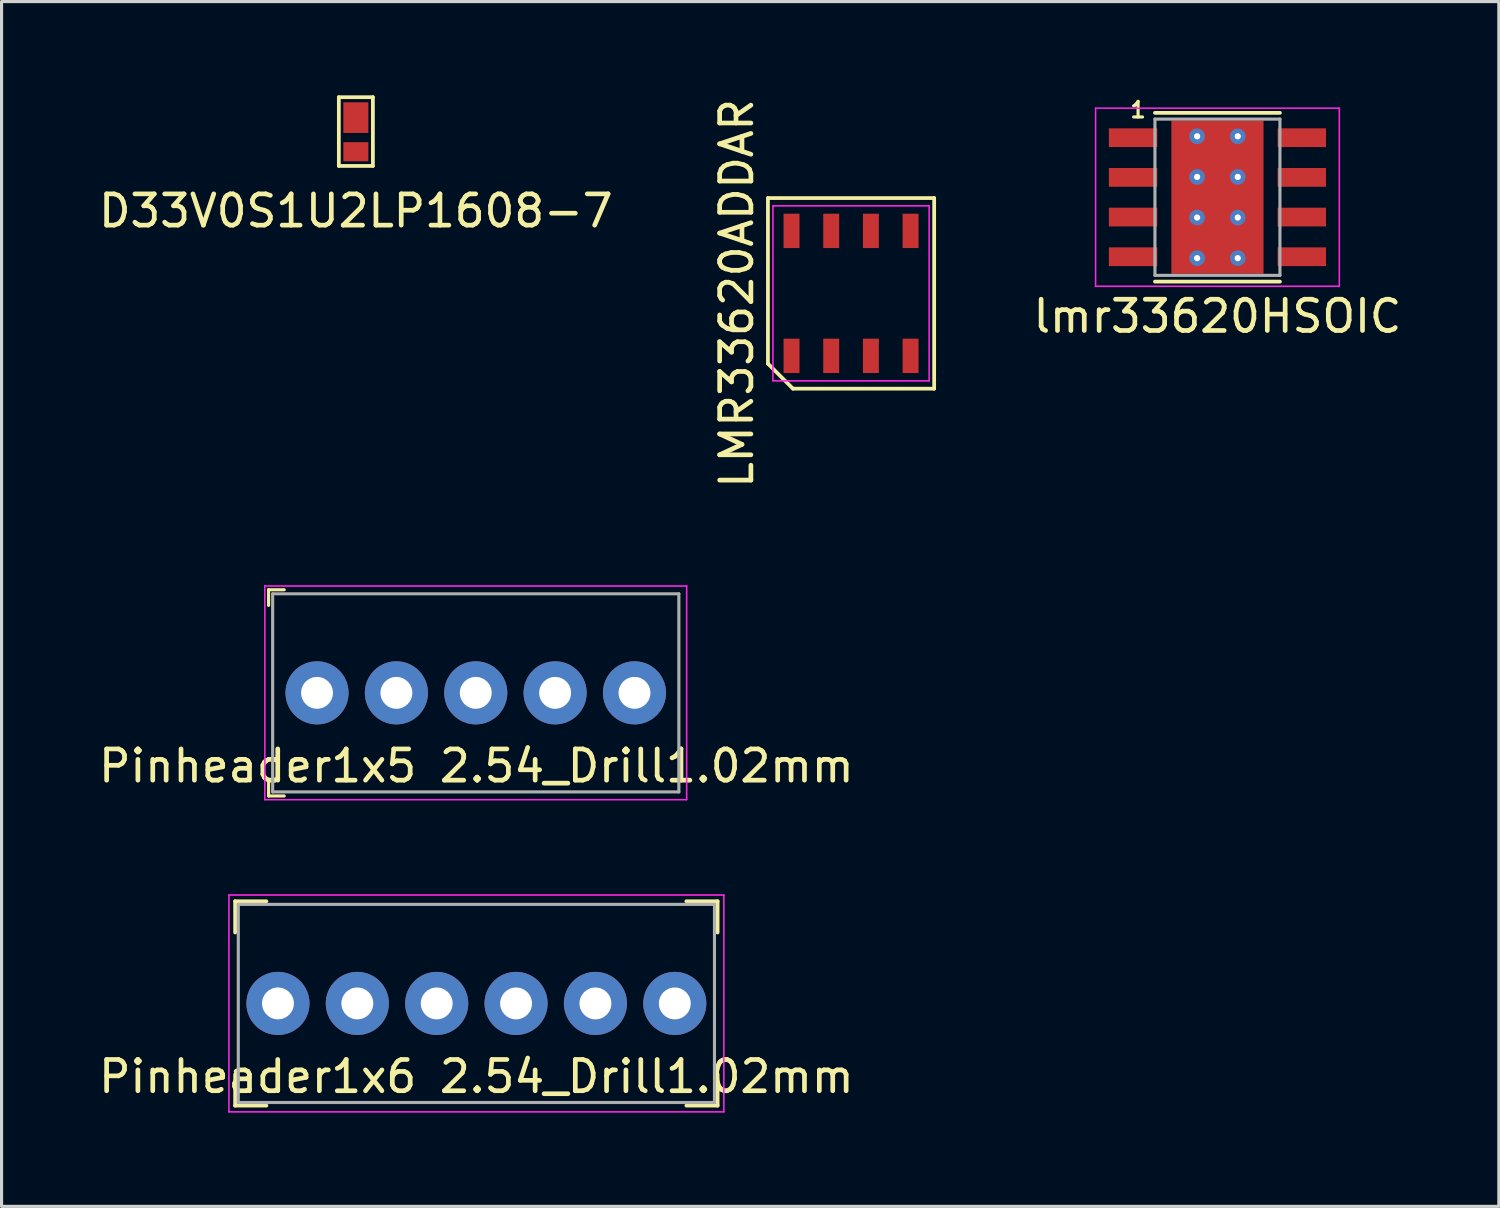
<source format=kicad_pcb>
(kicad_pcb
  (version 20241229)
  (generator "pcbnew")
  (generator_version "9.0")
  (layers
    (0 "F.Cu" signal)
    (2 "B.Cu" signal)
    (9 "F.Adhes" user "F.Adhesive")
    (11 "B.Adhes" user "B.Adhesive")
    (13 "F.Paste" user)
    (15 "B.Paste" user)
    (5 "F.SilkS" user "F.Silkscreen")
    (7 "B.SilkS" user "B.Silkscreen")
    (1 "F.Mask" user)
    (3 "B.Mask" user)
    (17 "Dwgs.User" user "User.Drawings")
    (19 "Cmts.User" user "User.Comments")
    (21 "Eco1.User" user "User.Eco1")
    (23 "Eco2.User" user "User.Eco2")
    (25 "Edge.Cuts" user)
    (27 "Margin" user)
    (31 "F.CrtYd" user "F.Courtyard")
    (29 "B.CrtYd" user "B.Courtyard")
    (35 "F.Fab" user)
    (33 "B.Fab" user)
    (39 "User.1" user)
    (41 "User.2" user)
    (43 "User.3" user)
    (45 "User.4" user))
  (footprint "D33V0S1U2LP1608-7"
    (layer "F.Cu")
    (at 8.339 1.16)
    (property "Reference" "D33V0S1U2LP1608-7" (at 0 2.54 0) (layer "F.SilkS") (effects (font (size 1 1) (thickness 0.15))))
    (attr through_hole)
    (fp_line (start -0.545 -1.1) (end -0.545 1.1) (stroke (width 0.12) (type solid)) (layer "F.SilkS"))
    (fp_line (start -0.545 -1.1) (end 0.545 -1.1) (stroke (width 0.12) (type solid)) (layer "F.SilkS"))
    (fp_line (start -0.545 1.1) (end 0.545 1.1) (stroke (width 0.12) (type solid)) (layer "F.SilkS"))
    (fp_line (start 0.545 -1.1) (end 0.545 1.1) (stroke (width 0.12) (type solid)) (layer "F.SilkS"))
    (pad "1" smd rect (at 0 0.645) (size 0.8 0.61) (layers "F.Cu" "F.Mask" "F.Paste"))
    (pad "2" smd rect (at 0 -0.445) (size 0.8 0.98) (layers "F.Cu" "F.Mask" "F.Paste")))
  (footprint "Pinheader1x5 2.54_Drill1.02mm"
    (layer "F.Cu")
    (at 12.176 19.124)
    (property "Reference" "Pinheader1x5 2.54_Drill1.02mm" (at 0.02 2.34 0) (layer "F.SilkS") (effects (font (size 1 1) (thickness 0.15))))
    (attr through_hole)
    (fp_line (start -6.63 -3.3) (end -6.63 -2.8) (stroke (width 0.1) (type solid)) (layer "F.SilkS"))
    (fp_line (start -6.63 -3.3) (end -6.13 -3.3) (stroke (width 0.1) (type solid)) (layer "F.SilkS"))
    (fp_line (start -6.63 3.3) (end -6.63 2.8) (stroke (width 0.1) (type solid)) (layer "F.SilkS"))
    (fp_line (start -6.63 3.3) (end -6.13 3.3) (stroke (width 0.1) (type solid)) (layer "F.SilkS"))
    (fp_line (start -6.75 -3.42) (end -6.75 3.42) (stroke (width 0.05) (type solid)) (layer "F.CrtYd"))
    (fp_line (start -6.75 -3.42) (end 6.75 -3.42) (stroke (width 0.05) (type solid)) (layer "F.CrtYd"))
    (fp_line (start -6.75 3.42) (end 6.75 3.42) (stroke (width 0.05) (type solid)) (layer "F.CrtYd"))
    (fp_line (start 6.75 -3.42) (end 6.75 3.42) (stroke (width 0.05) (type solid)) (layer "F.CrtYd"))
    (fp_line (start -6.5 -3.17) (end -6.5 3.17) (stroke (width 0.1) (type solid)) (layer "F.Fab"))
    (fp_line (start -6.5 -3.17) (end 6.5 -3.17) (stroke (width 0.1) (type solid)) (layer "F.Fab"))
    (fp_line (start -6.5 3.17) (end 6.5 3.17) (stroke (width 0.1) (type solid)) (layer "F.Fab"))
    (fp_line (start 6.5 -3.17) (end 6.5 3.17) (stroke (width 0.1) (type solid)) (layer "F.Fab"))
    (pad "1" thru_hole circle (at -5.08 0) (size 2.02 2.02) (drill 1.02) (layers "*.Cu" "*.Mask"))
    (pad "2" thru_hole circle (at -2.54 0) (size 2.02 2.02) (drill 1.02) (layers "*.Cu" "*.Mask"))
    (pad "3" thru_hole circle (at 0 0) (size 2.02 2.02) (drill 1.02) (layers "*.Cu" "*.Mask"))
    (pad "4" thru_hole circle (at 2.54 0) (size 2.02 2.02) (drill 1.02) (layers "*.Cu" "*.Mask"))
    (pad "5" thru_hole circle (at 5.08 0) (size 2.02 2.02) (drill 1.02) (layers "*.Cu" "*.Mask")))
  (footprint "lmr33620HSOIC"
    (layer "F.Cu")
    (at 35.913 3.262)
    (property "Reference" "lmr33620HSOIC" (at 0 3.81 0) (layer "F.SilkS") (effects (font (size 1 1) (thickness 0.15))))
    (attr through_hole)
    (fp_line (start -2 -2.7) (end 2 -2.7) (stroke (width 0.12) (type solid)) (layer "F.SilkS"))
    (fp_line (start -2 2.7) (end 2 2.7) (stroke (width 0.12) (type solid)) (layer "F.SilkS"))
    (fp_line (start -3.9 -2.85) (end -3.9 2.85) (stroke (width 0.05) (type solid)) (layer "F.CrtYd"))
    (fp_line (start -3.9 -2.85) (end 3.9 -2.85) (stroke (width 0.05) (type solid)) (layer "F.CrtYd"))
    (fp_line (start -3.9 2.85) (end 3.9 2.85) (stroke (width 0.05) (type solid)) (layer "F.CrtYd"))
    (fp_line (start 3.9 -2.85) (end 3.9 2.85) (stroke (width 0.05) (type solid)) (layer "F.CrtYd"))
    (fp_line (start -2 -2.5) (end -2 2.5) (stroke (width 0.1) (type solid)) (layer "F.Fab"))
    (fp_line (start -2 -2.5) (end 2 -2.5) (stroke (width 0.1) (type solid)) (layer "F.Fab"))
    (fp_line (start -2 2.5) (end 2 2.5) (stroke (width 0.1) (type solid)) (layer "F.Fab"))
    (fp_line (start 2 -2.5) (end 2 2.5) (stroke (width 0.1) (type solid)) (layer "F.Fab"))
    (fp_text user "1" (at -2.54 -2.794 0) (layer "F.SilkS") (effects (font (size 0.5 0.5) (thickness 0.1))))
    (pad "" smd roundrect (at -0.635 -0.762) (size 1.1 1.2) (layers "F.Cu" "F.Paste") (roundrect_rratio 0.25))
    (pad "" smd roundrect (at -0.635 0.762) (size 1.1 1.2) (layers "F.Cu" "F.Paste") (roundrect_rratio 0.25))
    (pad "" smd rect (at 0 0) (size 2.6 3.1) (layers "F.Cu" "F.Mask"))
    (pad "" smd roundrect (at 0.635 -0.762) (size 1.1 1.2) (layers "F.Cu" "F.Paste") (roundrect_rratio 0.25))
    (pad "" smd roundrect (at 0.635 0.762) (size 1.1 1.2) (layers "F.Cu" "F.Paste") (roundrect_rratio 0.25))
    (pad "1" smd rect (at -2.7 -1.905) (size 1.55 0.6) (layers "F.Cu" "F.Mask" "F.Paste"))
    (pad "2" smd rect (at -2.7 -0.635) (size 1.55 0.6) (layers "F.Cu" "F.Mask" "F.Paste"))
    (pad "3" smd rect (at -2.7 0.635) (size 1.55 0.6) (layers "F.Cu" "F.Mask" "F.Paste"))
    (pad "4" smd rect (at -2.7 1.905) (size 1.55 0.6) (layers "F.Cu" "F.Mask" "F.Paste"))
    (pad "5" smd rect (at 2.7 1.905) (size 1.55 0.6) (layers "F.Cu" "F.Mask" "F.Paste"))
    (pad "6" smd rect (at 2.7 0.635) (size 1.55 0.6) (layers "F.Cu" "F.Mask" "F.Paste"))
    (pad "7" smd rect (at 2.7 -0.635) (size 1.55 0.6) (layers "F.Cu" "F.Mask" "F.Paste"))
    (pad "8" smd rect (at 2.7 -1.905) (size 1.55 0.6) (layers "F.Cu" "F.Mask" "F.Paste"))
    (pad "9" thru_hole circle (at -0.65 -1.95) (size 0.5 0.5) (drill 0.2) (layers "*.Cu"))
    (pad "9" thru_hole circle (at -0.65 -0.65) (size 0.5 0.5) (drill 0.2) (layers "*.Cu"))
    (pad "9" thru_hole circle (at -0.65 0.65) (size 0.5 0.5) (drill 0.2) (layers "*.Cu"))
    (pad "9" thru_hole circle (at -0.65 1.95) (size 0.5 0.5) (drill 0.2) (layers "*.Cu"))
    (pad "9" smd rect (at 0 0) (size 2.95 4.9) (layers "F.Cu"))
    (pad "9" thru_hole circle (at 0.65 -1.95) (size 0.5 0.5) (drill 0.2) (layers "*.Cu"))
    (pad "9" thru_hole circle (at 0.65 -0.65) (size 0.5 0.5) (drill 0.2) (layers "*.Cu"))
    (pad "9" thru_hole circle (at 0.65 0.65) (size 0.5 0.5) (drill 0.2) (layers "*.Cu"))
    (pad "9" thru_hole circle (at 0.65 1.95) (size 0.5 0.5) (drill 0.2) (layers "*.Cu")))
  (footprint "Pinheader1x6 2.54_Drill1.02mm"
    (layer "F.Cu")
    (at 12.196 29.064)
    (property "Reference" "Pinheader1x6 2.54_Drill1.02mm" (at 0 2.339 0) (layer "F.SilkS") (effects (font (size 1 1) (thickness 0.15))))
    (attr through_hole)
    (fp_line (start -7.72 -3.27) (end -7.72 -2.27) (stroke (width 0.12) (type solid)) (layer "F.SilkS"))
    (fp_line (start -7.72 -3.27) (end -6.72 -3.27) (stroke (width 0.12) (type solid)) (layer "F.SilkS"))
    (fp_line (start -7.72 3.27) (end -7.72 2.27) (stroke (width 0.12) (type solid)) (layer "F.SilkS"))
    (fp_line (start -7.72 3.27) (end -6.72 3.27) (stroke (width 0.12) (type solid)) (layer "F.SilkS"))
    (fp_line (start 7.72 -3.27) (end 6.72 -3.27) (stroke (width 0.12) (type solid)) (layer "F.SilkS"))
    (fp_line (start 7.72 -3.27) (end 7.72 -2.27) (stroke (width 0.12) (type solid)) (layer "F.SilkS"))
    (fp_line (start 7.72 3.27) (end 6.72 3.27) (stroke (width 0.12) (type solid)) (layer "F.SilkS"))
    (fp_line (start 7.72 3.27) (end 7.72 2.27) (stroke (width 0.12) (type solid)) (layer "F.SilkS"))
    (fp_line (start -7.92 -3.47) (end -7.92 3.47) (stroke (width 0.05) (type solid)) (layer "F.CrtYd"))
    (fp_line (start -7.92 -3.47) (end 7.92 -3.47) (stroke (width 0.05) (type solid)) (layer "F.CrtYd"))
    (fp_line (start 7.92 -3.47) (end 7.92 3.47) (stroke (width 0.05) (type solid)) (layer "F.CrtYd"))
    (fp_line (start 7.92 3.47) (end -7.92 3.47) (stroke (width 0.05) (type solid)) (layer "F.CrtYd"))
    (fp_line (start -7.62 -3.17) (end -7.62 3.17) (stroke (width 0.1) (type solid)) (layer "F.Fab"))
    (fp_line (start -7.62 -3.17) (end 7.62 -3.17) (stroke (width 0.1) (type solid)) (layer "F.Fab"))
    (fp_line (start -7.62 3.17) (end 7.62 3.17) (stroke (width 0.1) (type solid)) (layer "F.Fab"))
    (fp_line (start 7.62 -3.17) (end 7.62 3.17) (stroke (width 0.1) (type solid)) (layer "F.Fab"))
    (pad "1" thru_hole circle (at -6.35 0) (size 2.02 2.02) (drill 1.02) (layers "*.Cu" "*.Mask"))
    (pad "2" thru_hole circle (at -3.81 0) (size 2.02 2.02) (drill 1.02) (layers "*.Cu" "*.Mask"))
    (pad "3" thru_hole circle (at -1.27 0) (size 2.02 2.02) (drill 1.02) (layers "*.Cu" "*.Mask"))
    (pad "4" thru_hole circle (at 1.27 0) (size 2.02 2.02) (drill 1.02) (layers "*.Cu" "*.Mask"))
    (pad "5" thru_hole circle (at 3.81 0) (size 2.02 2.02) (drill 1.02) (layers "*.Cu" "*.Mask"))
    (pad "6" thru_hole circle (at 6.35 0) (size 2.02 2.02) (drill 1.02) (layers "*.Cu" "*.Mask")))
  (footprint "LMR33620ADDAR"
    (layer "F.Cu")
    (at 24.187 6.339)
    (property "Reference" "LMR33620ADDAR" (at -3.66 0 90) (layer "F.SilkS") (effects (font (size 1 1) (thickness 0.15))))
    (attr smd)
    (fp_line (start -2.66 -3.05) (end 2.66 -3.05) (stroke (width 0.12) (type solid)) (layer "F.SilkS"))
    (fp_line (start -2.66 2.25) (end -2.66 -3.05) (stroke (width 0.12) (type solid)) (layer "F.SilkS"))
    (fp_line (start -1.86 3.05) (end -2.66 2.25) (stroke (width 0.12) (type solid)) (layer "F.SilkS"))
    (fp_line (start 2.66 -3.05) (end 2.66 3.05) (stroke (width 0.12) (type solid)) (layer "F.SilkS"))
    (fp_line (start 2.66 3.05) (end -1.86 3.05) (stroke (width 0.12) (type solid)) (layer "F.SilkS"))
    (fp_line (start -2.5 -2.8) (end 2.5 -2.8) (stroke (width 0.05) (type solid)) (layer "F.CrtYd"))
    (fp_line (start -2.5 2.8) (end -2.5 -2.8) (stroke (width 0.05) (type solid)) (layer "F.CrtYd"))
    (fp_line (start 2.5 -2.8) (end 2.5 2.8) (stroke (width 0.05) (type solid)) (layer "F.CrtYd"))
    (fp_line (start 2.5 2.8) (end -2.5 2.8) (stroke (width 0.05) (type solid)) (layer "F.CrtYd"))
    (pad "1" smd rect (at -1.905 2) (size 0.51 1.1) (layers "F.Cu" "F.Mask" "F.Paste"))
    (pad "2" smd rect (at -0.635 2) (size 0.51 1.1) (layers "F.Cu" "F.Mask" "F.Paste"))
    (pad "3" smd rect (at 0.635 2) (size 0.51 1.1) (layers "F.Cu" "F.Mask" "F.Paste"))
    (pad "4" smd rect (at 1.905 2) (size 0.51 1.1) (layers "F.Cu" "F.Mask" "F.Paste"))
    (pad "5" smd rect (at 1.905 -2) (size 0.51 1.1) (layers "F.Cu" "F.Mask" "F.Paste"))
    (pad "6" smd rect (at 0.635 -2) (size 0.51 1.1) (layers "F.Cu" "F.Mask" "F.Paste"))
    (pad "7" smd rect (at -0.635 -2) (size 0.51 1.1) (layers "F.Cu" "F.Mask" "F.Paste"))
    (pad "8" smd rect (at -1.905 -2) (size 0.51 1.1) (layers "F.Cu" "F.Mask" "F.Paste")))
  (gr_rect
    (start -3 -3)
    (end 44.919 35.559)
    (stroke (width 0.1) (type default))
    (fill no)
    (layer "Edge.Cuts")))
</source>
